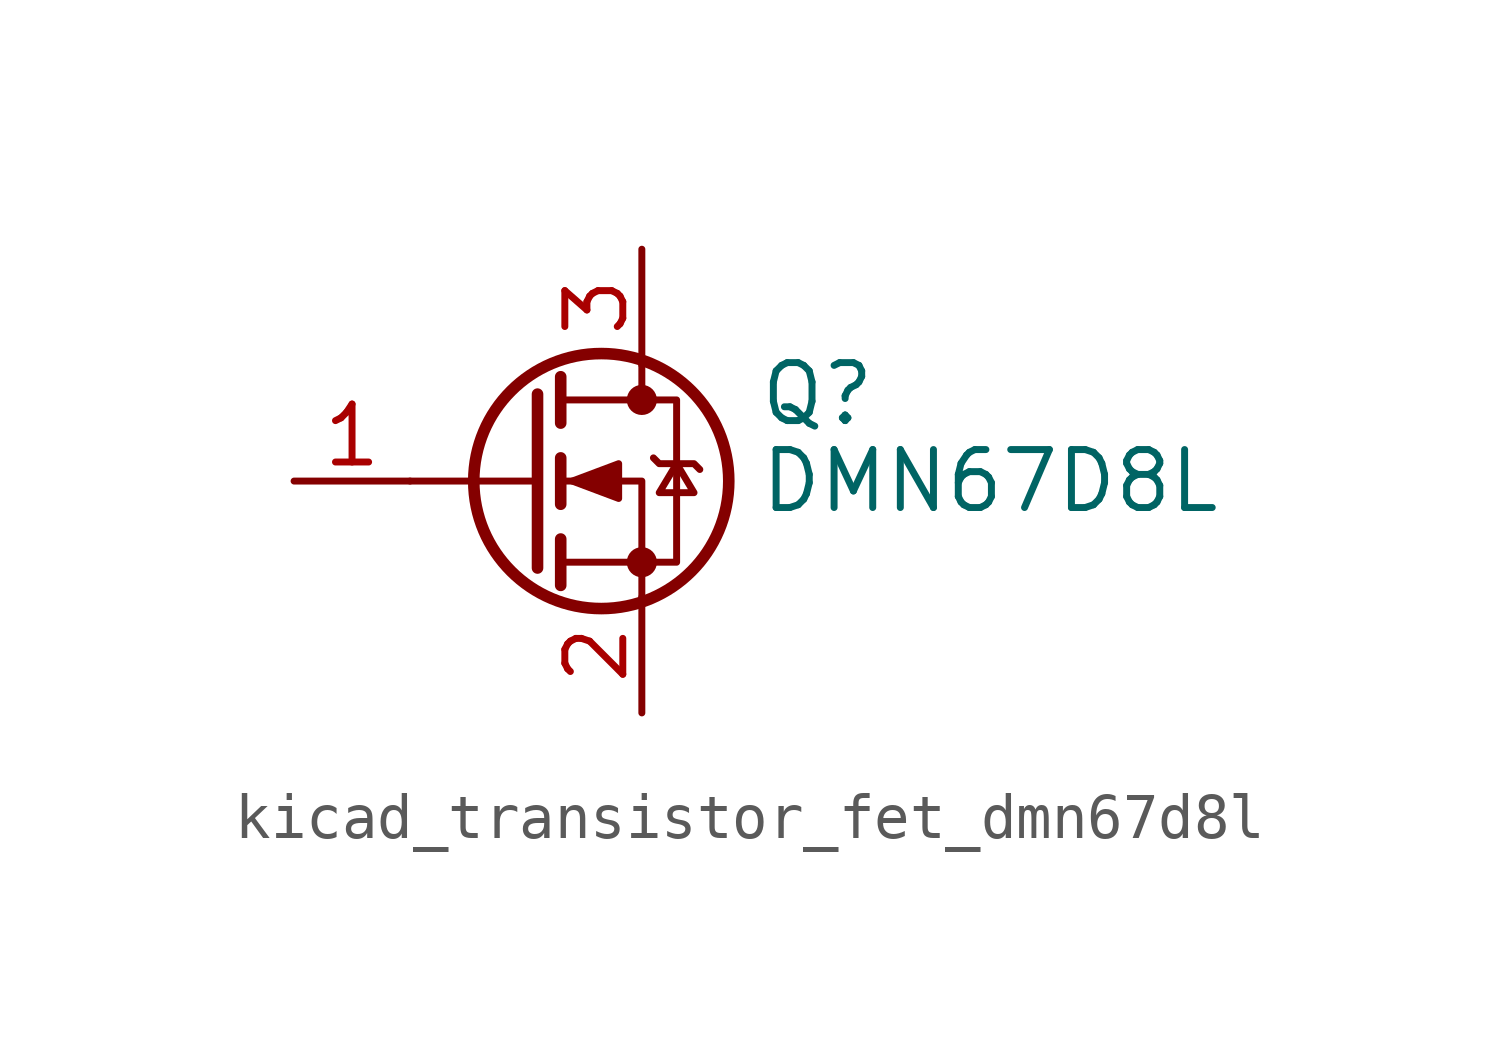
<source format=kicad_sym>
(kicad_symbol_lib
  (version 20220914)
  (generator kicad_symbol_editor)
  (symbol "kicad_transistor_fet_dmn67d8l"
    (pin_names hide)
    (property "Reference" "Q"
      (at 5.08 1.905 0)
      (effects (font (size 1.27 1.27)) (justify left)))
    (property "Value" "DMN67D8L"
      (at 5.08 0 0)
      (effects (font (size 1.27 1.27)) (justify left)))
    (symbol "kicad_transistor_fet_dmn67d8l_0_1"
      (polyline (pts (xy 0.254 0) (xy -2.54 0)) (stroke (width 0) (type default)) (fill (type none)))
      (polyline (pts (xy 0.254 1.905) (xy 0.254 -1.905)) (stroke (width 0.254) (type default)) (fill (type none)))
      (polyline (pts (xy 0.762 -1.27) (xy 0.762 -2.286)) (stroke (width 0.254) (type default)) (fill (type none)))
      (polyline (pts (xy 0.762 0.508) (xy 0.762 -0.508)) (stroke (width 0.254) (type default)) (fill (type none)))
      (polyline (pts (xy 0.762 2.286) (xy 0.762 1.27)) (stroke (width 0.254) (type default)) (fill (type none)))
      (polyline (pts (xy 2.54 2.54) (xy 2.54 1.778)) (stroke (width 0) (type default)) (fill (type none)))
      (polyline (pts (xy 2.54 -2.54) (xy 2.54 0) (xy 0.762 0)) (stroke (width 0) (type default)) (fill (type none)))
      (polyline (pts (xy 0.762 -1.778) (xy 3.302 -1.778) (xy 3.302 1.778) (xy 0.762 1.778)) (stroke (width 0) (type default)) (fill (type none)))
      (polyline (pts (xy 1.016 0) (xy 2.032 0.381) (xy 2.032 -0.381) (xy 1.016 0)) (stroke (width 0) (type default)) (fill (type outline)))
      (polyline (pts (xy 2.794 0.508) (xy 2.921 0.381) (xy 3.683 0.381) (xy 3.81 0.254)) (stroke (width 0) (type default)) (fill (type none)))
      (polyline (pts (xy 3.302 0.381) (xy 2.921 -0.254) (xy 3.683 -0.254) (xy 3.302 0.381)) (stroke (width 0) (type default)) (fill (type none)))
      (circle (center 1.651 0) (radius 2.794) (stroke (width 0.254) (type default)) (fill (type none)))
      (circle (center 2.54 -1.778) (radius 0.254) (stroke (width 0) (type default)) (fill (type outline)))
      (circle (center 2.54 1.778) (radius 0.254) (stroke (width 0) (type default)) (fill (type outline))))
    (symbol "kicad_transistor_fet_dmn67d8l_1_1"
      (pin input line (at -5.08 0 0) (length 2.54) (name "G" (effects (font (size 1.27 1.27)))) (number "1" (effects (font (size 1.27 1.27)))))
      (pin passive line (at 2.54 -5.08 90) (length 2.54) (name "S" (effects (font (size 1.27 1.27)))) (number "2" (effects (font (size 1.27 1.27)))))
      (pin passive line (at 2.54 5.08 270) (length 2.54) (name "D" (effects (font (size 1.27 1.27)))) (number "3" (effects (font (size 1.27 1.27))))))))
</source>
